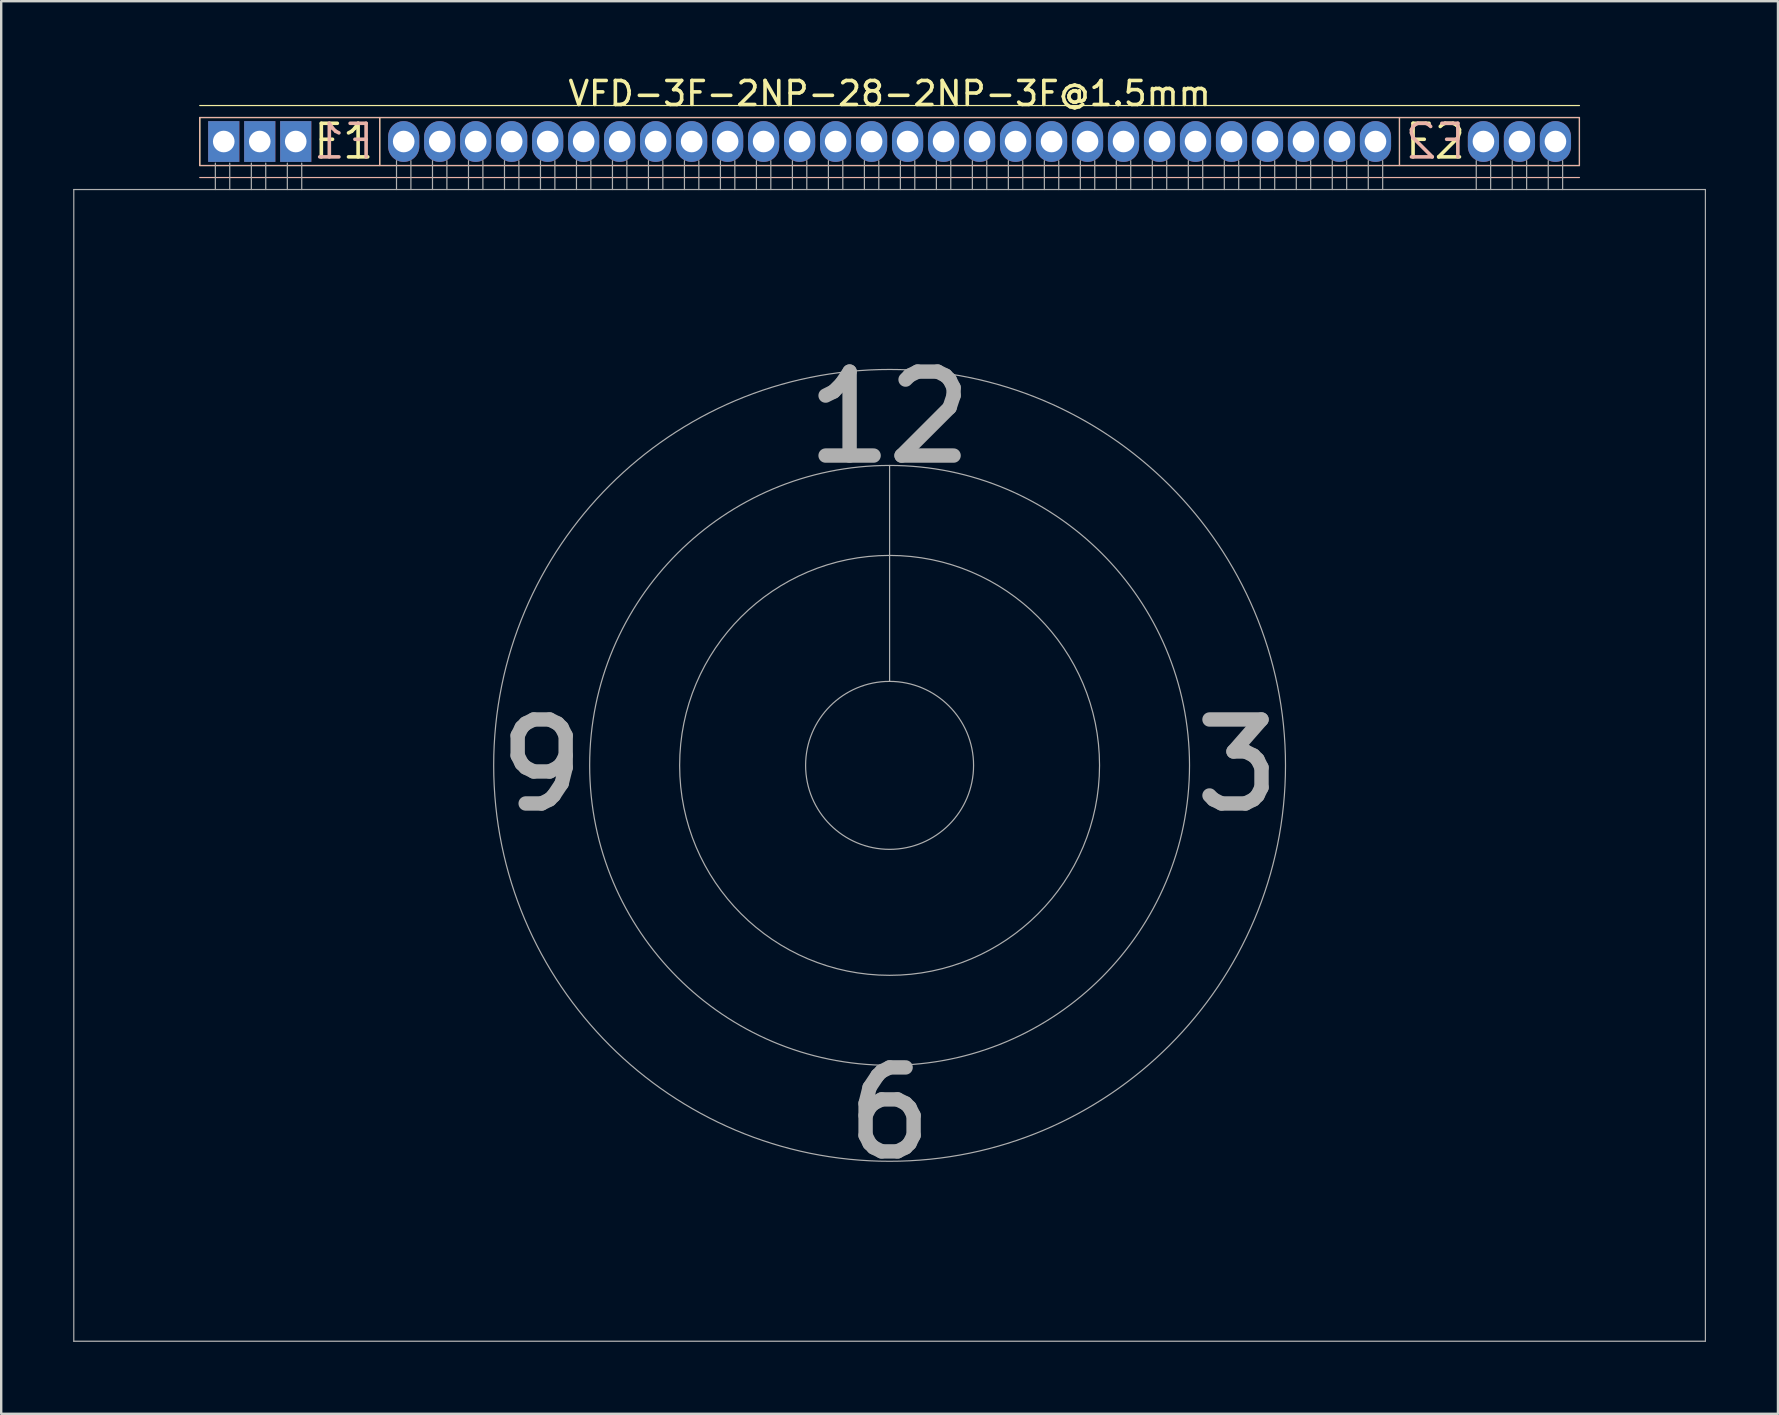
<source format=kicad_pcb>
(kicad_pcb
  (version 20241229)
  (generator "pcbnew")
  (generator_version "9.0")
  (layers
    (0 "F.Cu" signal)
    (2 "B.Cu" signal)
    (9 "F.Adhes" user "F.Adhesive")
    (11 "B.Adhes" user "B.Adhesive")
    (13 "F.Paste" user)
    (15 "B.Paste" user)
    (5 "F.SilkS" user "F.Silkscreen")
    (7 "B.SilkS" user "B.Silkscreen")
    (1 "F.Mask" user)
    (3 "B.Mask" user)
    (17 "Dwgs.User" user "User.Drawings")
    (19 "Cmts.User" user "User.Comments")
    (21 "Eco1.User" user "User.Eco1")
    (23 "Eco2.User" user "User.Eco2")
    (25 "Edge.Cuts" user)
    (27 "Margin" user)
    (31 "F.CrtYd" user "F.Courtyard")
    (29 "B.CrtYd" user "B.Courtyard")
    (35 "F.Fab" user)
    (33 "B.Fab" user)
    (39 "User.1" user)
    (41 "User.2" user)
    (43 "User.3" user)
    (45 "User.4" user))
  (footprint "VFD-3F-2NP-28-2NP-3F@1.5mm"
    (layer "F.Cu")
    (at 34.025 2.848)
    (property "Reference" "VFD-3F-2NP-28-2NP-3F@1.5mm" (at 0 -2 0) (layer "F.SilkS") (effects (font (size 1 1) (thickness 0.15))))
    (attr through_hole)
    (fp_line (start -28.75 -1.5) (end 28.75 -1.5) (stroke (width 0.05) (type solid)) (layer "F.SilkS"))
    (fp_line (start -28.75 -1) (end 28.75 -1) (stroke (width 0.05) (type solid)) (layer "F.SilkS"))
    (fp_line (start -28.75 1) (end -28.75 -1) (stroke (width 0.05) (type solid)) (layer "F.SilkS"))
    (fp_line (start -21.25 -1) (end -21.25 1) (stroke (width 0.05) (type solid)) (layer "F.SilkS"))
    (fp_line (start 21.25 1) (end 21.25 -1) (stroke (width 0.05) (type solid)) (layer "F.SilkS"))
    (fp_line (start 28.75 -1) (end 28.75 1) (stroke (width 0.05) (type solid)) (layer "F.SilkS"))
    (fp_line (start 28.75 1) (end -28.75 1) (stroke (width 0.05) (type solid)) (layer "F.SilkS"))
    (fp_line (start -28.75 -1) (end -28.75 1) (stroke (width 0.05) (type solid)) (layer "B.SilkS"))
    (fp_line (start -28.75 1) (end 28.75 1) (stroke (width 0.05) (type solid)) (layer "B.SilkS"))
    (fp_line (start -21.25 -1) (end -21.25 1) (stroke (width 0.05) (type solid)) (layer "B.SilkS"))
    (fp_line (start 21.25 -1) (end 21.25 1) (stroke (width 0.05) (type solid)) (layer "B.SilkS"))
    (fp_line (start 28.75 -1) (end -28.75 -1) (stroke (width 0.05) (type solid)) (layer "B.SilkS"))
    (fp_line (start 28.75 1) (end 28.75 -1) (stroke (width 0.05) (type solid)) (layer "B.SilkS"))
    (fp_line (start 28.75 1.5) (end -28.75 1.5) (stroke (width 0.05) (type solid)) (layer "B.SilkS"))
    (fp_line (start -34 2) (end 34 2) (stroke (width 0.05) (type solid)) (layer "F.Fab"))
    (fp_line (start -34 50) (end -34 2) (stroke (width 0.05) (type solid)) (layer "F.Fab"))
    (fp_line (start -28.1 0.9) (end -28.1 2) (stroke (width 0.05) (type solid)) (layer "F.Fab"))
    (fp_line (start -27.5 0.9) (end -27.5 2) (stroke (width 0.05) (type solid)) (layer "F.Fab"))
    (fp_line (start -26.6 0.9) (end -26.6 2) (stroke (width 0.05) (type solid)) (layer "F.Fab"))
    (fp_line (start -26 0.9) (end -26 2) (stroke (width 0.05) (type solid)) (layer "F.Fab"))
    (fp_line (start -25.1 0.9) (end -25.1 2) (stroke (width 0.05) (type solid)) (layer "F.Fab"))
    (fp_line (start -24.5 0.9) (end -24.5 2) (stroke (width 0.05) (type solid)) (layer "F.Fab"))
    (fp_line (start -20.55 0.8) (end -20.55 2) (stroke (width 0.05) (type solid)) (layer "F.Fab"))
    (fp_line (start -19.95 0.8) (end -19.95 2) (stroke (width 0.05) (type solid)) (layer "F.Fab"))
    (fp_line (start -19.05 0.8) (end -19.05 2) (stroke (width 0.05) (type solid)) (layer "F.Fab"))
    (fp_line (start -18.45 0.8) (end -18.45 2) (stroke (width 0.05) (type solid)) (layer "F.Fab"))
    (fp_line (start -17.55 0.8) (end -17.55 2) (stroke (width 0.05) (type solid)) (layer "F.Fab"))
    (fp_line (start -16.95 0.8) (end -16.95 2) (stroke (width 0.05) (type solid)) (layer "F.Fab"))
    (fp_line (start -16.05 0.8) (end -16.05 2) (stroke (width 0.05) (type solid)) (layer "F.Fab"))
    (fp_line (start -15.45 0.8) (end -15.45 2) (stroke (width 0.05) (type solid)) (layer "F.Fab"))
    (fp_line (start -14.55 0.8) (end -14.55 2) (stroke (width 0.05) (type solid)) (layer "F.Fab"))
    (fp_line (start -13.95 0.8) (end -13.95 2) (stroke (width 0.05) (type solid)) (layer "F.Fab"))
    (fp_line (start -13.05 0.8) (end -13.05 2) (stroke (width 0.05) (type solid)) (layer "F.Fab"))
    (fp_line (start -12.45 0.8) (end -12.45 2) (stroke (width 0.05) (type solid)) (layer "F.Fab"))
    (fp_line (start -11.55 0.8) (end -11.55 2) (stroke (width 0.05) (type solid)) (layer "F.Fab"))
    (fp_line (start -10.95 0.8) (end -10.95 2) (stroke (width 0.05) (type solid)) (layer "F.Fab"))
    (fp_line (start -10.05 0.8) (end -10.05 2) (stroke (width 0.05) (type solid)) (layer "F.Fab"))
    (fp_line (start -9.45 0.8) (end -9.45 2) (stroke (width 0.05) (type solid)) (layer "F.Fab"))
    (fp_line (start -8.55 0.8) (end -8.55 2) (stroke (width 0.05) (type solid)) (layer "F.Fab"))
    (fp_line (start -7.95 0.8) (end -7.95 2) (stroke (width 0.05) (type solid)) (layer "F.Fab"))
    (fp_line (start -7.05 0.8) (end -7.05 2) (stroke (width 0.05) (type solid)) (layer "F.Fab"))
    (fp_line (start -6.45 0.8) (end -6.45 2) (stroke (width 0.05) (type solid)) (layer "F.Fab"))
    (fp_line (start -5.55 0.8) (end -5.55 2) (stroke (width 0.05) (type solid)) (layer "F.Fab"))
    (fp_line (start -4.95 0.8) (end -4.95 2) (stroke (width 0.05) (type solid)) (layer "F.Fab"))
    (fp_line (start -4.05 0.8) (end -4.05 2) (stroke (width 0.05) (type solid)) (layer "F.Fab"))
    (fp_line (start -3.45 0.8) (end -3.45 2) (stroke (width 0.05) (type solid)) (layer "F.Fab"))
    (fp_line (start -2.55 0.8) (end -2.55 2) (stroke (width 0.05) (type solid)) (layer "F.Fab"))
    (fp_line (start -1.95 0.8) (end -1.95 2) (stroke (width 0.05) (type solid)) (layer "F.Fab"))
    (fp_line (start -1.05 0.8) (end -1.05 2) (stroke (width 0.05) (type solid)) (layer "F.Fab"))
    (fp_line (start -0.45 0.8) (end -0.45 2) (stroke (width 0.05) (type solid)) (layer "F.Fab"))
    (fp_line (start 0 13.5) (end 0 17.25) (stroke (width 0.05) (type solid)) (layer "F.Fab"))
    (fp_line (start 0 22.5) (end 0 17.25) (stroke (width 0.05) (type solid)) (layer "F.Fab"))
    (fp_line (start 0.45 0.8) (end 0.45 2) (stroke (width 0.05) (type solid)) (layer "F.Fab"))
    (fp_line (start 1.05 0.8) (end 1.05 2) (stroke (width 0.05) (type solid)) (layer "F.Fab"))
    (fp_line (start 1.95 0.8) (end 1.95 2) (stroke (width 0.05) (type solid)) (layer "F.Fab"))
    (fp_line (start 2.55 0.8) (end 2.55 2) (stroke (width 0.05) (type solid)) (layer "F.Fab"))
    (fp_line (start 3.45 0.8) (end 3.45 2) (stroke (width 0.05) (type solid)) (layer "F.Fab"))
    (fp_line (start 4.05 0.8) (end 4.05 2) (stroke (width 0.05) (type solid)) (layer "F.Fab"))
    (fp_line (start 4.95 0.8) (end 4.95 2) (stroke (width 0.05) (type solid)) (layer "F.Fab"))
    (fp_line (start 5.55 0.8) (end 5.55 2) (stroke (width 0.05) (type solid)) (layer "F.Fab"))
    (fp_line (start 6.45 0.8) (end 6.45 2) (stroke (width 0.05) (type solid)) (layer "F.Fab"))
    (fp_line (start 7.05 0.8) (end 7.05 2) (stroke (width 0.05) (type solid)) (layer "F.Fab"))
    (fp_line (start 7.95 0.8) (end 7.95 2) (stroke (width 0.05) (type solid)) (layer "F.Fab"))
    (fp_line (start 8.55 0.8) (end 8.55 2) (stroke (width 0.05) (type solid)) (layer "F.Fab"))
    (fp_line (start 9.45 0.8) (end 9.45 2) (stroke (width 0.05) (type solid)) (layer "F.Fab"))
    (fp_line (start 10.05 0.8) (end 10.05 2) (stroke (width 0.05) (type solid)) (layer "F.Fab"))
    (fp_line (start 10.95 0.8) (end 10.95 2) (stroke (width 0.05) (type solid)) (layer "F.Fab"))
    (fp_line (start 11.55 0.8) (end 11.55 2) (stroke (width 0.05) (type solid)) (layer "F.Fab"))
    (fp_line (start 12.45 0.8) (end 12.45 2) (stroke (width 0.05) (type solid)) (layer "F.Fab"))
    (fp_line (start 13.05 0.8) (end 13.05 2) (stroke (width 0.05) (type solid)) (layer "F.Fab"))
    (fp_line (start 13.95 0.8) (end 13.95 2) (stroke (width 0.05) (type solid)) (layer "F.Fab"))
    (fp_line (start 14.55 0.8) (end 14.55 2) (stroke (width 0.05) (type solid)) (layer "F.Fab"))
    (fp_line (start 15.45 0.8) (end 15.45 2) (stroke (width 0.05) (type solid)) (layer "F.Fab"))
    (fp_line (start 16.05 0.8) (end 16.05 2) (stroke (width 0.05) (type solid)) (layer "F.Fab"))
    (fp_line (start 16.95 0.8) (end 16.95 2) (stroke (width 0.05) (type solid)) (layer "F.Fab"))
    (fp_line (start 17.55 0.8) (end 17.55 2) (stroke (width 0.05) (type solid)) (layer "F.Fab"))
    (fp_line (start 18.45 0.8) (end 18.45 2) (stroke (width 0.05) (type solid)) (layer "F.Fab"))
    (fp_line (start 19.05 0.8) (end 19.05 2) (stroke (width 0.05) (type solid)) (layer "F.Fab"))
    (fp_line (start 19.95 0.8) (end 19.95 2) (stroke (width 0.05) (type solid)) (layer "F.Fab"))
    (fp_line (start 20.55 0.8) (end 20.55 2) (stroke (width 0.05) (type solid)) (layer "F.Fab"))
    (fp_line (start 24.45 0.8) (end 24.45 2) (stroke (width 0.05) (type solid)) (layer "F.Fab"))
    (fp_line (start 25.05 0.8) (end 25.05 2) (stroke (width 0.05) (type solid)) (layer "F.Fab"))
    (fp_line (start 25.95 0.8) (end 25.95 2) (stroke (width 0.05) (type solid)) (layer "F.Fab"))
    (fp_line (start 26.55 0.8) (end 26.55 2) (stroke (width 0.05) (type solid)) (layer "F.Fab"))
    (fp_line (start 27.45 0.8) (end 27.45 2) (stroke (width 0.05) (type solid)) (layer "F.Fab"))
    (fp_line (start 28.05 0.8) (end 28.05 2) (stroke (width 0.05) (type solid)) (layer "F.Fab"))
    (fp_line (start 34 2) (end 34 50) (stroke (width 0.05) (type solid)) (layer "F.Fab"))
    (fp_line (start 34 50) (end -34 50) (stroke (width 0.05) (type solid)) (layer "F.Fab"))
    (fp_circle (center 0 26) (end 0 29.5) (stroke (width 0.05) (type solid)) (fill no) (layer "F.Fab"))
    (fp_circle (center 0 26) (end 0 34.75) (stroke (width 0.05) (type solid)) (fill no) (layer "F.Fab"))
    (fp_circle (center 0 26) (end 0 38.5) (stroke (width 0.05) (type solid)) (fill no) (layer "F.Fab"))
    (fp_circle (center 0 26) (end 0 42.5) (stroke (width 0.05) (type solid)) (fill no) (layer "F.Fab"))
    (fp_text user "F2" (at 22.75 0 0) (layer "F.SilkS") (effects (font (size 1.4 1.4) (thickness 0.15))))
    (fp_text user "F1" (at -22.75 0 0) (layer "F.SilkS") (effects (font (size 1.4 1.4) (thickness 0.15))))
    (fp_text user "F2" (at 22.75 0 0) (layer "B.SilkS") (effects (font (size 1.4 1.4) (thickness 0.15)) (justify mirror)))
    (fp_text user "F1" (at -22.75 0 0) (layer "B.SilkS") (effects (font (size 1.4 1.4) (thickness 0.15)) (justify mirror)))
    (fp_text user "6" (at 0 40.5 0) (layer "F.Fab") (effects (font (size 3.5 3.5) (thickness 0.6))))
    (fp_text user "9" (at -14.5 26 0) (layer "F.Fab") (effects (font (size 3.5 3.5) (thickness 0.6))))
    (fp_text user "3" (at 14.5 26 0) (layer "F.Fab") (effects (font (size 3.5 3.5) (thickness 0.6))))
    (fp_text user "12" (at 0 11.5 0) (layer "F.Fab") (effects (font (size 3.5 3.5) (thickness 0.6))))
    (pad "1" thru_hole rect (at -27.75 0) (size 1.3 1.7) (drill 0.9) (layers "*.Cu" "*.Mask"))
    (pad "2" thru_hole rect (at -26.25 0) (size 1.3 1.7) (drill 0.9) (layers "*.Cu" "*.Mask"))
    (pad "3" thru_hole rect (at -24.75 0) (size 1.3 1.7) (drill 0.9) (layers "*.Cu" "*.Mask"))
    (pad "6" thru_hole oval (at -20.25 0) (size 1.3 1.7) (drill 0.9) (layers "*.Cu" "*.Mask"))
    (pad "7" thru_hole oval (at -18.75 0) (size 1.3 1.7) (drill 0.9) (layers "*.Cu" "*.Mask"))
    (pad "8" thru_hole oval (at -17.25 0) (size 1.3 1.7) (drill 0.9) (layers "*.Cu" "*.Mask"))
    (pad "9" thru_hole oval (at -15.75 0) (size 1.3 1.7) (drill 0.9) (layers "*.Cu" "*.Mask"))
    (pad "10" thru_hole oval (at -14.25 0) (size 1.3 1.7) (drill 0.9) (layers "*.Cu" "*.Mask"))
    (pad "11" thru_hole oval (at -12.75 0) (size 1.3 1.7) (drill 0.9) (layers "*.Cu" "*.Mask"))
    (pad "12" thru_hole oval (at -11.25 0) (size 1.3 1.7) (drill 0.9) (layers "*.Cu" "*.Mask"))
    (pad "13" thru_hole oval (at -9.75 0) (size 1.3 1.7) (drill 0.9) (layers "*.Cu" "*.Mask"))
    (pad "14" thru_hole oval (at -8.25 0) (size 1.3 1.7) (drill 0.9) (layers "*.Cu" "*.Mask"))
    (pad "15" thru_hole oval (at -6.75 0) (size 1.3 1.7) (drill 0.9) (layers "*.Cu" "*.Mask"))
    (pad "16" thru_hole oval (at -5.25 0) (size 1.3 1.7) (drill 0.9) (layers "*.Cu" "*.Mask"))
    (pad "17" thru_hole oval (at -3.75 0) (size 1.3 1.7) (drill 0.9) (layers "*.Cu" "*.Mask"))
    (pad "18" thru_hole oval (at -2.25 0) (size 1.3 1.7) (drill 0.9) (layers "*.Cu" "*.Mask"))
    (pad "19" thru_hole oval (at -0.75 0) (size 1.3 1.7) (drill 0.9) (layers "*.Cu" "*.Mask"))
    (pad "20" thru_hole oval (at 0.75 0) (size 1.3 1.7) (drill 0.9) (layers "*.Cu" "*.Mask"))
    (pad "21" thru_hole oval (at 2.25 0) (size 1.3 1.7) (drill 0.9) (layers "*.Cu" "*.Mask"))
    (pad "22" thru_hole oval (at 3.75 0) (size 1.3 1.7) (drill 0.9) (layers "*.Cu" "*.Mask"))
    (pad "23" thru_hole oval (at 5.25 0) (size 1.3 1.7) (drill 0.9) (layers "*.Cu" "*.Mask"))
    (pad "24" thru_hole oval (at 6.75 0) (size 1.3 1.7) (drill 0.9) (layers "*.Cu" "*.Mask"))
    (pad "25" thru_hole oval (at 8.25 0) (size 1.3 1.7) (drill 0.9) (layers "*.Cu" "*.Mask"))
    (pad "26" thru_hole oval (at 9.75 0) (size 1.3 1.7) (drill 0.9) (layers "*.Cu" "*.Mask"))
    (pad "27" thru_hole oval (at 11.25 0) (size 1.3 1.7) (drill 0.9) (layers "*.Cu" "*.Mask"))
    (pad "28" thru_hole oval (at 12.75 0) (size 1.3 1.7) (drill 0.9) (layers "*.Cu" "*.Mask"))
    (pad "29" thru_hole oval (at 14.25 0) (size 1.3 1.7) (drill 0.9) (layers "*.Cu" "*.Mask"))
    (pad "30" thru_hole oval (at 15.75 0) (size 1.3 1.7) (drill 0.9) (layers "*.Cu" "*.Mask"))
    (pad "31" thru_hole oval (at 17.25 0) (size 1.3 1.7) (drill 0.9) (layers "*.Cu" "*.Mask"))
    (pad "32" thru_hole oval (at 18.75 0) (size 1.3 1.7) (drill 0.9) (layers "*.Cu" "*.Mask"))
    (pad "33" thru_hole oval (at 20.25 0) (size 1.3 1.7) (drill 0.9) (layers "*.Cu" "*.Mask"))
    (pad "36" thru_hole oval (at 24.75 0) (size 1.3 1.7) (drill 0.9) (layers "*.Cu" "*.Mask"))
    (pad "37" thru_hole oval (at 26.25 0) (size 1.3 1.7) (drill 0.9) (layers "*.Cu" "*.Mask"))
    (pad "38" thru_hole oval (at 27.75 0) (size 1.3 1.7) (drill 0.9) (layers "*.Cu" "*.Mask")))
  (gr_rect
    (start -3 -3)
    (end 71.05 55.873)
    (stroke (width 0.1) (type default))
    (fill no)
    (layer "Edge.Cuts")))
</source>
